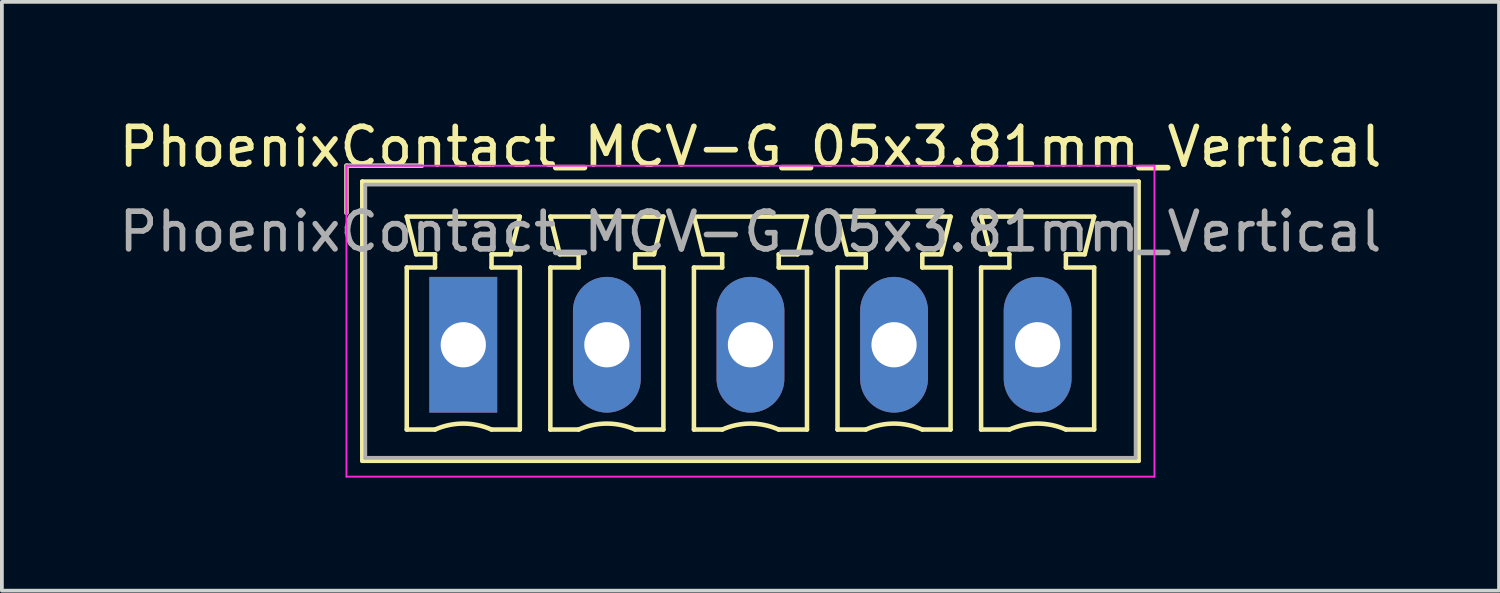
<source format=kicad_pcb>
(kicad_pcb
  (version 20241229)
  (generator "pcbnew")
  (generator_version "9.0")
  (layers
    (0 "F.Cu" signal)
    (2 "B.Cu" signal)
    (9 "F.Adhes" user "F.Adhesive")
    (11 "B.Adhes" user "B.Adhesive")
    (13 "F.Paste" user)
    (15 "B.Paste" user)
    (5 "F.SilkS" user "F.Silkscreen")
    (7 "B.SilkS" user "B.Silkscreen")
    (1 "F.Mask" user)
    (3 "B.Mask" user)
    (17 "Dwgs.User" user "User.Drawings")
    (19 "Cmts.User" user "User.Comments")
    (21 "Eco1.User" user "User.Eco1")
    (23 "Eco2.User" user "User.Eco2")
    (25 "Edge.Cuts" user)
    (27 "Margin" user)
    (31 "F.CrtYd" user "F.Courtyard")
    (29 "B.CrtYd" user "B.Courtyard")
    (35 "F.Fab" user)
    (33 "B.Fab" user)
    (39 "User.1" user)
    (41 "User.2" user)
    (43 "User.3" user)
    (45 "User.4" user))
  (footprint "PhoenixContact_MCV-G_05x3.81mm_Vertical"
    (layer "F.Cu")
    (at 9.243 6.098)
    (property "Reference" "PhoenixContact_MCV-G_05x3.81mm_Vertical" (at 7.62 -5.25 0) (layer "F.SilkS") (effects (font (size 1 1) (thickness 0.15))))
    (attr through_hole)
    (fp_line (start -3.1 -4.75) (end -1.1 -4.75) (stroke (width 0.12) (type solid)) (layer "F.SilkS"))
    (fp_line (start -3.1 -3.5) (end -3.1 -4.75) (stroke (width 0.12) (type solid)) (layer "F.SilkS"))
    (fp_line (start -2.68 -4.33) (end -2.68 3.08) (stroke (width 0.12) (type solid)) (layer "F.SilkS"))
    (fp_line (start -2.68 3.08) (end 17.92 3.08) (stroke (width 0.12) (type solid)) (layer "F.SilkS"))
    (fp_line (start -1.5 -3.4) (end 1.5 -3.4) (stroke (width 0.12) (type solid)) (layer "F.SilkS"))
    (fp_line (start -1.5 -2.05) (end -0.75 -2.05) (stroke (width 0.12) (type solid)) (layer "F.SilkS"))
    (fp_line (start -1.5 2.25) (end -1.5 -2.05) (stroke (width 0.12) (type solid)) (layer "F.SilkS"))
    (fp_line (start -1.25 -2.4) (end -1.5 -3.4) (stroke (width 0.12) (type solid)) (layer "F.SilkS"))
    (fp_line (start -0.75 -2.4) (end -1.25 -2.4) (stroke (width 0.12) (type solid)) (layer "F.SilkS"))
    (fp_line (start -0.75 -2.05) (end -0.75 -2.4) (stroke (width 0.12) (type solid)) (layer "F.SilkS"))
    (fp_line (start -0.75 2.25) (end -1.5 2.25) (stroke (width 0.12) (type solid)) (layer "F.SilkS"))
    (fp_line (start 0.75 -2.4) (end 0.75 -2.05) (stroke (width 0.12) (type solid)) (layer "F.SilkS"))
    (fp_line (start 0.75 -2.05) (end 1.5 -2.05) (stroke (width 0.12) (type solid)) (layer "F.SilkS"))
    (fp_line (start 1.25 -2.4) (end 0.75 -2.4) (stroke (width 0.12) (type solid)) (layer "F.SilkS"))
    (fp_line (start 1.5 -3.4) (end 1.25 -2.4) (stroke (width 0.12) (type solid)) (layer "F.SilkS"))
    (fp_line (start 1.5 -2.05) (end 1.5 2.25) (stroke (width 0.12) (type solid)) (layer "F.SilkS"))
    (fp_line (start 1.5 2.25) (end 0.75 2.25) (stroke (width 0.12) (type solid)) (layer "F.SilkS"))
    (fp_line (start 2.31 -3.4) (end 5.31 -3.4) (stroke (width 0.12) (type solid)) (layer "F.SilkS"))
    (fp_line (start 2.31 -2.05) (end 3.06 -2.05) (stroke (width 0.12) (type solid)) (layer "F.SilkS"))
    (fp_line (start 2.31 2.25) (end 2.31 -2.05) (stroke (width 0.12) (type solid)) (layer "F.SilkS"))
    (fp_line (start 2.56 -2.4) (end 2.31 -3.4) (stroke (width 0.12) (type solid)) (layer "F.SilkS"))
    (fp_line (start 3.06 -2.4) (end 2.56 -2.4) (stroke (width 0.12) (type solid)) (layer "F.SilkS"))
    (fp_line (start 3.06 -2.05) (end 3.06 -2.4) (stroke (width 0.12) (type solid)) (layer "F.SilkS"))
    (fp_line (start 3.06 2.25) (end 2.31 2.25) (stroke (width 0.12) (type solid)) (layer "F.SilkS"))
    (fp_line (start 4.56 -2.4) (end 4.56 -2.05) (stroke (width 0.12) (type solid)) (layer "F.SilkS"))
    (fp_line (start 4.56 -2.05) (end 5.31 -2.05) (stroke (width 0.12) (type solid)) (layer "F.SilkS"))
    (fp_line (start 5.06 -2.4) (end 4.56 -2.4) (stroke (width 0.12) (type solid)) (layer "F.SilkS"))
    (fp_line (start 5.31 -3.4) (end 5.06 -2.4) (stroke (width 0.12) (type solid)) (layer "F.SilkS"))
    (fp_line (start 5.31 -2.05) (end 5.31 2.25) (stroke (width 0.12) (type solid)) (layer "F.SilkS"))
    (fp_line (start 5.31 2.25) (end 4.56 2.25) (stroke (width 0.12) (type solid)) (layer "F.SilkS"))
    (fp_line (start 6.12 -3.4) (end 9.12 -3.4) (stroke (width 0.12) (type solid)) (layer "F.SilkS"))
    (fp_line (start 6.12 -2.05) (end 6.87 -2.05) (stroke (width 0.12) (type solid)) (layer "F.SilkS"))
    (fp_line (start 6.12 2.25) (end 6.12 -2.05) (stroke (width 0.12) (type solid)) (layer "F.SilkS"))
    (fp_line (start 6.37 -2.4) (end 6.12 -3.4) (stroke (width 0.12) (type solid)) (layer "F.SilkS"))
    (fp_line (start 6.87 -2.4) (end 6.37 -2.4) (stroke (width 0.12) (type solid)) (layer "F.SilkS"))
    (fp_line (start 6.87 -2.05) (end 6.87 -2.4) (stroke (width 0.12) (type solid)) (layer "F.SilkS"))
    (fp_line (start 6.87 2.25) (end 6.12 2.25) (stroke (width 0.12) (type solid)) (layer "F.SilkS"))
    (fp_line (start 8.37 -2.4) (end 8.37 -2.05) (stroke (width 0.12) (type solid)) (layer "F.SilkS"))
    (fp_line (start 8.37 -2.05) (end 9.12 -2.05) (stroke (width 0.12) (type solid)) (layer "F.SilkS"))
    (fp_line (start 8.87 -2.4) (end 8.37 -2.4) (stroke (width 0.12) (type solid)) (layer "F.SilkS"))
    (fp_line (start 9.12 -3.4) (end 8.87 -2.4) (stroke (width 0.12) (type solid)) (layer "F.SilkS"))
    (fp_line (start 9.12 -2.05) (end 9.12 2.25) (stroke (width 0.12) (type solid)) (layer "F.SilkS"))
    (fp_line (start 9.12 2.25) (end 8.37 2.25) (stroke (width 0.12) (type solid)) (layer "F.SilkS"))
    (fp_line (start 9.93 -3.4) (end 12.93 -3.4) (stroke (width 0.12) (type solid)) (layer "F.SilkS"))
    (fp_line (start 9.93 -2.05) (end 10.68 -2.05) (stroke (width 0.12) (type solid)) (layer "F.SilkS"))
    (fp_line (start 9.93 2.25) (end 9.93 -2.05) (stroke (width 0.12) (type solid)) (layer "F.SilkS"))
    (fp_line (start 10.18 -2.4) (end 9.93 -3.4) (stroke (width 0.12) (type solid)) (layer "F.SilkS"))
    (fp_line (start 10.68 -2.4) (end 10.18 -2.4) (stroke (width 0.12) (type solid)) (layer "F.SilkS"))
    (fp_line (start 10.68 -2.05) (end 10.68 -2.4) (stroke (width 0.12) (type solid)) (layer "F.SilkS"))
    (fp_line (start 10.68 2.25) (end 9.93 2.25) (stroke (width 0.12) (type solid)) (layer "F.SilkS"))
    (fp_line (start 12.18 -2.4) (end 12.18 -2.05) (stroke (width 0.12) (type solid)) (layer "F.SilkS"))
    (fp_line (start 12.18 -2.05) (end 12.93 -2.05) (stroke (width 0.12) (type solid)) (layer "F.SilkS"))
    (fp_line (start 12.68 -2.4) (end 12.18 -2.4) (stroke (width 0.12) (type solid)) (layer "F.SilkS"))
    (fp_line (start 12.93 -3.4) (end 12.68 -2.4) (stroke (width 0.12) (type solid)) (layer "F.SilkS"))
    (fp_line (start 12.93 -2.05) (end 12.93 2.25) (stroke (width 0.12) (type solid)) (layer "F.SilkS"))
    (fp_line (start 12.93 2.25) (end 12.18 2.25) (stroke (width 0.12) (type solid)) (layer "F.SilkS"))
    (fp_line (start 13.74 -3.4) (end 16.74 -3.4) (stroke (width 0.12) (type solid)) (layer "F.SilkS"))
    (fp_line (start 13.74 -2.05) (end 14.49 -2.05) (stroke (width 0.12) (type solid)) (layer "F.SilkS"))
    (fp_line (start 13.74 2.25) (end 13.74 -2.05) (stroke (width 0.12) (type solid)) (layer "F.SilkS"))
    (fp_line (start 13.99 -2.4) (end 13.74 -3.4) (stroke (width 0.12) (type solid)) (layer "F.SilkS"))
    (fp_line (start 14.49 -2.4) (end 13.99 -2.4) (stroke (width 0.12) (type solid)) (layer "F.SilkS"))
    (fp_line (start 14.49 -2.05) (end 14.49 -2.4) (stroke (width 0.12) (type solid)) (layer "F.SilkS"))
    (fp_line (start 14.49 2.25) (end 13.74 2.25) (stroke (width 0.12) (type solid)) (layer "F.SilkS"))
    (fp_line (start 15.99 -2.4) (end 15.99 -2.05) (stroke (width 0.12) (type solid)) (layer "F.SilkS"))
    (fp_line (start 15.99 -2.05) (end 16.74 -2.05) (stroke (width 0.12) (type solid)) (layer "F.SilkS"))
    (fp_line (start 16.49 -2.4) (end 15.99 -2.4) (stroke (width 0.12) (type solid)) (layer "F.SilkS"))
    (fp_line (start 16.74 -3.4) (end 16.49 -2.4) (stroke (width 0.12) (type solid)) (layer "F.SilkS"))
    (fp_line (start 16.74 -2.05) (end 16.74 2.25) (stroke (width 0.12) (type solid)) (layer "F.SilkS"))
    (fp_line (start 16.74 2.25) (end 15.99 2.25) (stroke (width 0.12) (type solid)) (layer "F.SilkS"))
    (fp_line (start 17.92 -4.33) (end -2.68 -4.33) (stroke (width 0.12) (type solid)) (layer "F.SilkS"))
    (fp_line (start 17.92 3.08) (end 17.92 -4.33) (stroke (width 0.12) (type solid)) (layer "F.SilkS"))
    (fp_arc (start -0.75 2.25) (mid -0.000193 2.09191) (end 0.749647 2.249844) (stroke (width 0.12) (type solid)) (layer "F.SilkS"))
    (fp_arc (start 3.06 2.25) (mid 3.809807 2.09191) (end 4.559647 2.249844) (stroke (width 0.12) (type solid)) (layer "F.SilkS"))
    (fp_arc (start 6.87 2.25) (mid 7.619807 2.09191) (end 8.369647 2.249844) (stroke (width 0.12) (type solid)) (layer "F.SilkS"))
    (fp_arc (start 10.68 2.25) (mid 11.429807 2.09191) (end 12.179647 2.249844) (stroke (width 0.12) (type solid)) (layer "F.SilkS"))
    (fp_arc (start 14.49 2.25) (mid 15.239807 2.09191) (end 15.989647 2.249844) (stroke (width 0.12) (type solid)) (layer "F.SilkS"))
    (fp_line (start -3.1 -4.75) (end -3.1 3.5) (stroke (width 0.05) (type solid)) (layer "F.CrtYd"))
    (fp_line (start -3.1 3.5) (end 18.34 3.5) (stroke (width 0.05) (type solid)) (layer "F.CrtYd"))
    (fp_line (start 18.34 -4.75) (end -3.1 -4.75) (stroke (width 0.05) (type solid)) (layer "F.CrtYd"))
    (fp_line (start 18.34 3.5) (end 18.34 -4.75) (stroke (width 0.05) (type solid)) (layer "F.CrtYd"))
    (fp_line (start -3.1 -4.75) (end -1.1 -4.75) (stroke (width 0.1) (type solid)) (layer "F.Fab"))
    (fp_line (start -3.1 -3.5) (end -3.1 -4.75) (stroke (width 0.1) (type solid)) (layer "F.Fab"))
    (fp_line (start -2.6 -4.25) (end -2.6 3) (stroke (width 0.1) (type solid)) (layer "F.Fab"))
    (fp_line (start -2.6 3) (end 17.84 3) (stroke (width 0.1) (type solid)) (layer "F.Fab"))
    (fp_line (start 17.84 -4.25) (end -2.6 -4.25) (stroke (width 0.1) (type solid)) (layer "F.Fab"))
    (fp_line (start 17.84 3) (end 17.84 -4.25) (stroke (width 0.1) (type solid)) (layer "F.Fab"))
    (fp_text user "${REFERENCE}" (at 7.62 -3 0) (layer "F.Fab") (effects (font (size 1 1) (thickness 0.15))))
    (pad "1" thru_hole rect (at 0 0) (size 1.8 3.6) (drill 1.2) (layers "*.Cu" "*.Mask"))
    (pad "2" thru_hole oval (at 3.81 0) (size 1.8 3.6) (drill 1.2) (layers "*.Cu" "*.Mask"))
    (pad "3" thru_hole oval (at 7.62 0) (size 1.8 3.6) (drill 1.2) (layers "*.Cu" "*.Mask"))
    (pad "4" thru_hole oval (at 11.43 0) (size 1.8 3.6) (drill 1.2) (layers "*.Cu" "*.Mask"))
    (pad "5" thru_hole oval (at 15.24 0) (size 1.8 3.6) (drill 1.2) (layers "*.Cu" "*.Mask")))
  (gr_rect
    (start -3 -3)
    (end 36.726 12.623)
    (stroke (width 0.1) (type default))
    (fill no)
    (layer "Edge.Cuts")))
</source>
